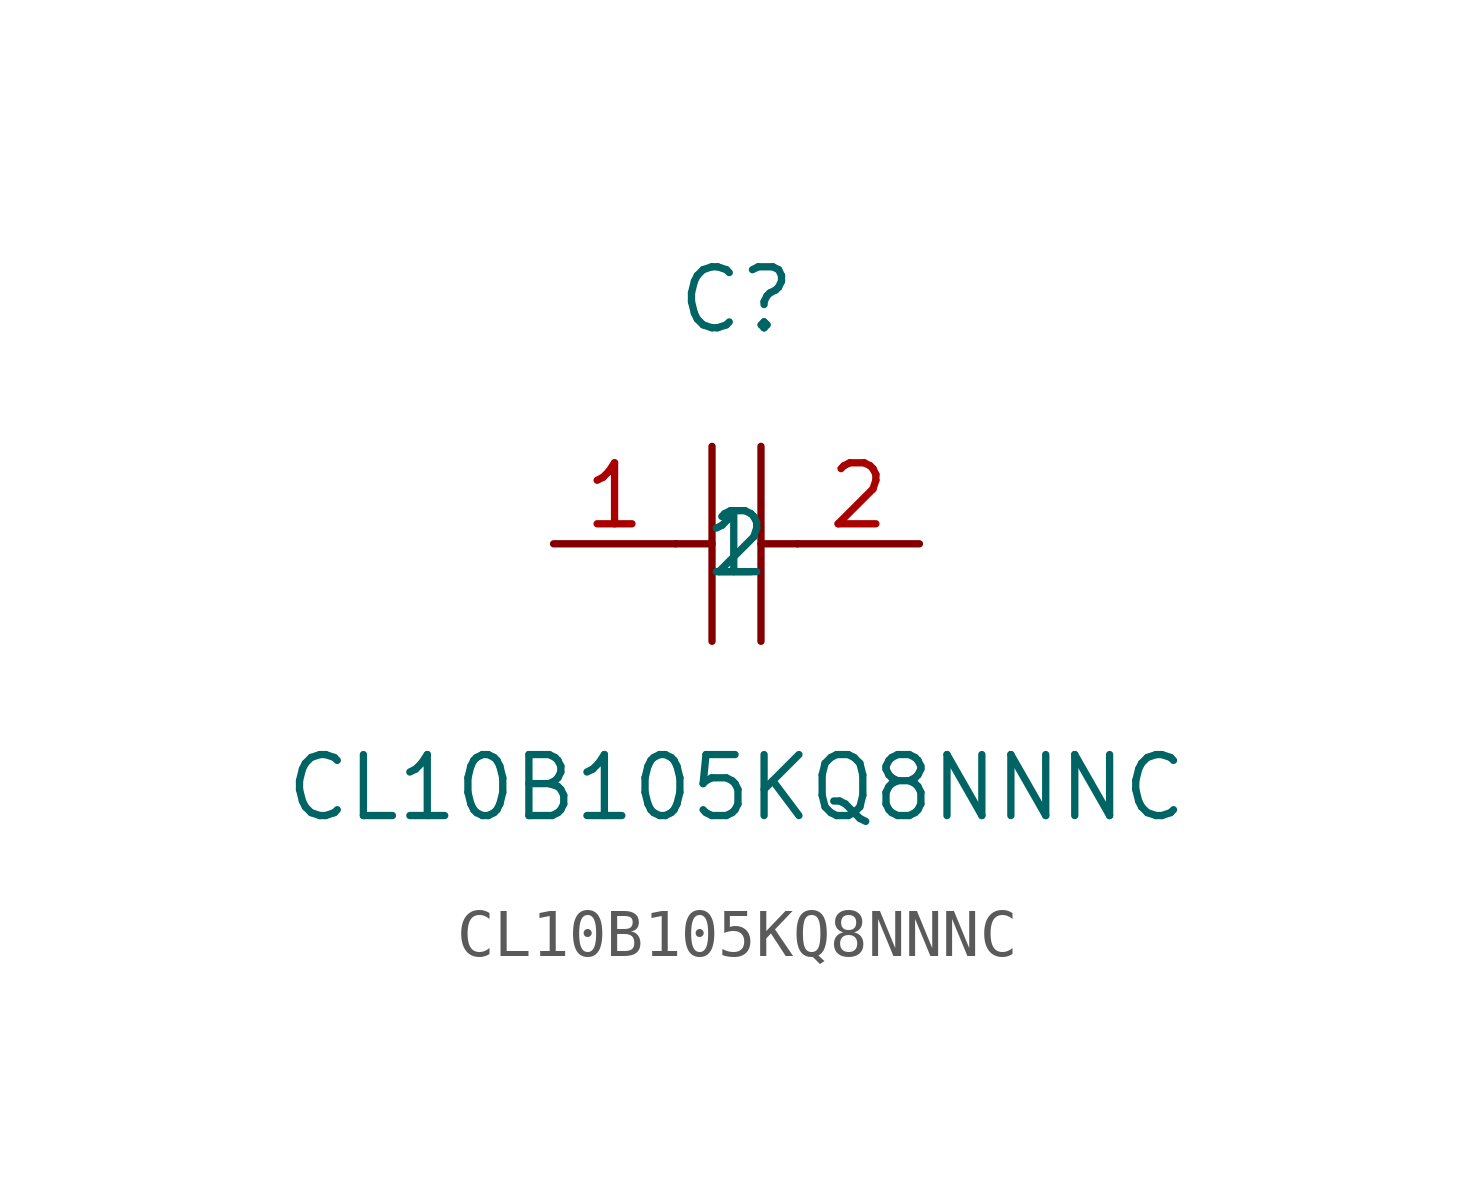
<source format=kicad_sym>
(kicad_symbol_lib
  (version 1)
  (generator "faebryk")
  (symbol "CL10B105KQ8NNNC"
    (property "Reference" "C"
      (at 0 5.08 0)
      (effects (font (size 1.27 1.27)) (hide no)))
    (property "Value" "CL10B105KQ8NNNC"
      (at 0 -5.08 0)
      (effects (font (size 1.27 1.27)) (hide no)))
    (symbol "CL10B105KQ8NNNC_0_1"
      (polyline (stroke (width 0) (type default) (color 0 0 0 0)) (fill (type none)) (pts (xy -0.51 2.03) (xy -0.51 -2.03)))
      (polyline (stroke (width 0) (type default) (color 0 0 0 0)) (fill (type none)) (pts (xy 0.51 2.03) (xy 0.51 -2.03)))
      (polyline (stroke (width 0) (type default) (color 0 0 0 0)) (fill (type none)) (pts (xy -1.27 0) (xy -0.51 0)))
      (polyline (stroke (width 0) (type default) (color 0 0 0 0)) (fill (type none)) (pts (xy 0.51 0) (xy 1.27 0)))
      (pin input line (at -3.81 0 0) (length 2.54) (name "1" (effects (font (size 1.27 1.27)) (hide no))) (number "1" (effects (font (size 1.27 1.27)) (hide no))))
      (pin input line (at 3.81 0 180) (length 2.54) (name "2" (effects (font (size 1.27 1.27)) (hide no))) (number "2" (effects (font (size 1.27 1.27)) (hide no)))))))
</source>
